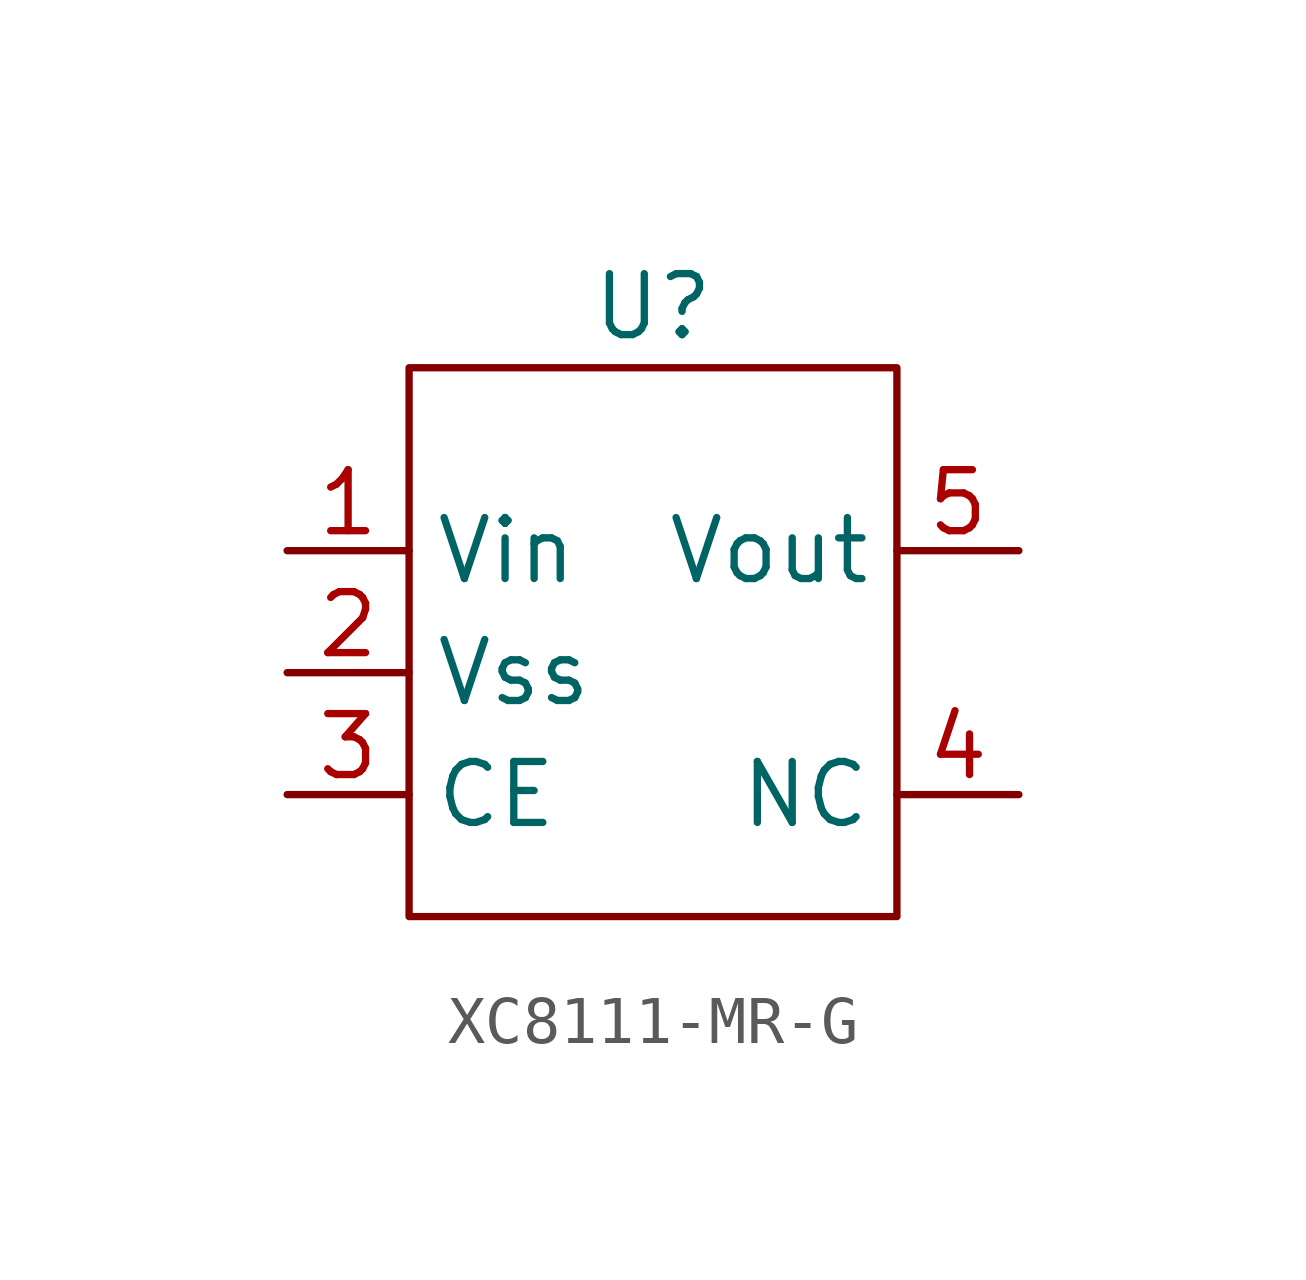
<source format=kicad_sym>
(kicad_symbol_lib
  (version 20220914)
  (generator kicad_symbol_editor)
  (symbol "XC8111-MR-G"
    (property "Reference" "U"
      (at 0 7.62 0)
      (effects (font (size 1.27 1.27))))
    (property "Value" ""
      (at 0 0 0)
      (effects (font (size 1.27 1.27))))
    (symbol "XC8111-MR-G_0_1"
      (rectangle (start -5.08 6.35) (end 5.08 -5.08) (stroke (width 0) (type default)) (fill (type none))))
    (symbol "XC8111-MR-G_1_1"
      (pin input line (at -7.62 2.54 0) (length 2.54) (name "Vin" (effects (font (size 1.27 1.27)))) (number "1" (effects (font (size 1.27 1.27)))))
      (pin input line (at -7.62 0 0) (length 2.54) (name "Vss" (effects (font (size 1.27 1.27)))) (number "2" (effects (font (size 1.27 1.27)))))
      (pin input line (at -7.62 -2.54 0) (length 2.54) (name "CE" (effects (font (size 1.27 1.27)))) (number "3" (effects (font (size 1.27 1.27)))))
      (pin input line (at 7.62 -2.54 180) (length 2.54) (name "NC" (effects (font (size 1.27 1.27)))) (number "4" (effects (font (size 1.27 1.27)))))
      (pin input line (at 7.62 2.54 180) (length 2.54) (name "Vout" (effects (font (size 1.27 1.27)))) (number "5" (effects (font (size 1.27 1.27))))))))
</source>
